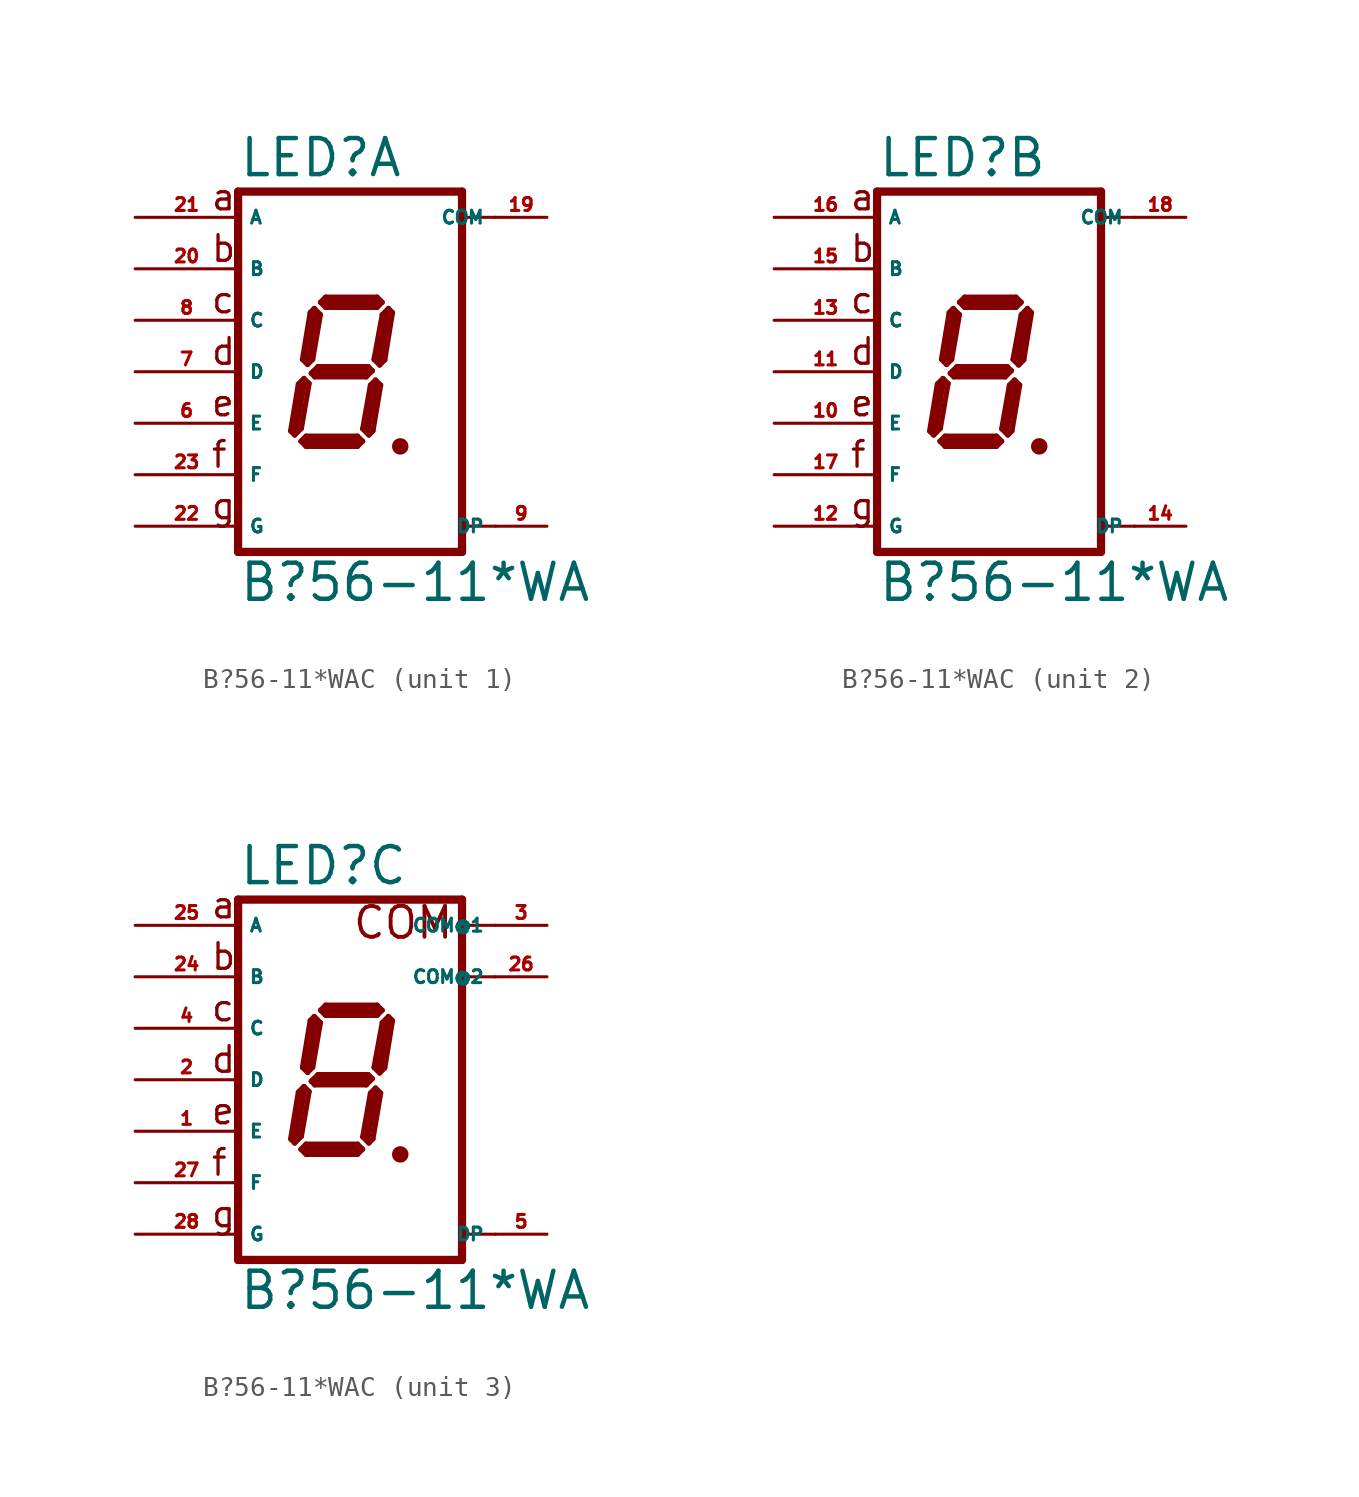
<source format=kicad_sym>
(kicad_symbol_lib
  (version 20220914)
  (generator Eagle2Kicad)
  (symbol "B?56-11*WAC"
    (property "Reference" "LED"
      (at -5.08 9.525 0)
      (effects (font (size 1.778 1.778) (thickness 0.22)) (justify left bottom)))
    (property "Value" "B?56-11*WA"
      (at -5.08 -11.43 0)
      (effects (font (size 1.778 1.778) (thickness 0.22)) (justify left bottom)))
    (symbol "B?56-11*WAC_1_0"
      (polyline (pts (xy 2.794 -3.683) (xy 3.048 -3.683)) (stroke (width 0.305) (type default)) (fill (type none)))
      (polyline (pts (xy 2.337 3.124) (xy 2.032 2.819)) (stroke (width 0.254) (type default)) (fill (type none)))
      (polyline (pts (xy 2.032 2.819) (xy 1.626 0.61)) (stroke (width 0.254) (type default)) (fill (type none)))
      (polyline (pts (xy 1.626 0.61) (xy 1.905 0.33)) (stroke (width 0.254) (type default)) (fill (type none)))
      (polyline (pts (xy 1.905 0.33) (xy 2.159 0.584)) (stroke (width 0.254) (type default)) (fill (type none)))
      (polyline (pts (xy 2.159 0.584) (xy 2.54 2.921)) (stroke (width 0.254) (type default)) (fill (type none)))
      (polyline (pts (xy 2.54 2.921) (xy 2.337 3.124)) (stroke (width 0.254) (type default)) (fill (type none)))
      (polyline (pts (xy 2.032 3.429) (xy 1.778 3.175)) (stroke (width 0.254) (type default)) (fill (type none)))
      (polyline (pts (xy 1.778 3.175) (xy -0.762 3.175)) (stroke (width 0.254) (type default)) (fill (type none)))
      (polyline (pts (xy -0.762 3.175) (xy -1.016 3.429)) (stroke (width 0.254) (type default)) (fill (type none)))
      (polyline (pts (xy -1.016 3.429) (xy -0.762 3.683)) (stroke (width 0.254) (type default)) (fill (type none)))
      (polyline (pts (xy -0.762 3.683) (xy 1.778 3.683)) (stroke (width 0.254) (type default)) (fill (type none)))
      (polyline (pts (xy 1.778 3.683) (xy 2.032 3.429)) (stroke (width 0.254) (type default)) (fill (type none)))
      (polyline (pts (xy -1.321 3.124) (xy -1.016 2.819)) (stroke (width 0.254) (type default)) (fill (type none)))
      (polyline (pts (xy -1.016 2.819) (xy -1.397 0.61)) (stroke (width 0.254) (type default)) (fill (type none)))
      (polyline (pts (xy -1.397 0.61) (xy -1.651 0.356)) (stroke (width 0.254) (type default)) (fill (type none)))
      (polyline (pts (xy -1.651 0.356) (xy -1.905 0.61)) (stroke (width 0.254) (type default)) (fill (type none)))
      (polyline (pts (xy -1.905 0.61) (xy -1.524 2.921)) (stroke (width 0.254) (type default)) (fill (type none)))
      (polyline (pts (xy -1.524 2.921) (xy -1.321 3.124)) (stroke (width 0.254) (type default)) (fill (type none)))
      (polyline (pts (xy -1.473 -0.076) (xy -1.143 0.254)) (stroke (width 0.254) (type default)) (fill (type none)))
      (polyline (pts (xy -1.143 0.254) (xy 1.346 0.254)) (stroke (width 0.254) (type default)) (fill (type none)))
      (polyline (pts (xy 1.346 0.254) (xy 1.549 0.051)) (stroke (width 0.254) (type default)) (fill (type none)))
      (polyline (pts (xy 1.549 0.051) (xy 1.245 -0.254)) (stroke (width 0.254) (type default)) (fill (type none)))
      (polyline (pts (xy 1.245 -0.254) (xy -1.295 -0.254)) (stroke (width 0.254) (type default)) (fill (type none)))
      (polyline (pts (xy -1.295 -0.254) (xy -1.473 -0.076)) (stroke (width 0.254) (type default)) (fill (type none)))
      (polyline (pts (xy -1.829 -0.33) (xy -1.575 -0.584)) (stroke (width 0.254) (type default)) (fill (type none)))
      (polyline (pts (xy -2.286 -3.124) (xy -1.956 -2.794)) (stroke (width 0.254) (type default)) (fill (type none)))
      (polyline (pts (xy -1.956 -2.794) (xy -1.575 -0.584)) (stroke (width 0.254) (type default)) (fill (type none)))
      (polyline (pts (xy -1.829 -0.33) (xy -2.108 -0.61)) (stroke (width 0.254) (type default)) (fill (type none)))
      (polyline (pts (xy -2.108 -0.61) (xy -2.489 -2.921)) (stroke (width 0.254) (type default)) (fill (type none)))
      (polyline (pts (xy -2.489 -2.921) (xy -2.286 -3.124)) (stroke (width 0.254) (type default)) (fill (type none)))
      (polyline (pts (xy -1.981 -3.429) (xy -1.727 -3.175)) (stroke (width 0.254) (type default)) (fill (type none)))
      (polyline (pts (xy -1.727 -3.175) (xy 0.813 -3.175)) (stroke (width 0.254) (type default)) (fill (type none)))
      (polyline (pts (xy 0.813 -3.175) (xy 1.067 -3.429)) (stroke (width 0.254) (type default)) (fill (type none)))
      (polyline (pts (xy 1.067 -3.429) (xy 0.813 -3.683)) (stroke (width 0.254) (type default)) (fill (type none)))
      (polyline (pts (xy 0.813 -3.683) (xy -1.727 -3.683)) (stroke (width 0.254) (type default)) (fill (type none)))
      (polyline (pts (xy -1.727 -3.683) (xy -1.981 -3.429)) (stroke (width 0.254) (type default)) (fill (type none)))
      (polyline (pts (xy 1.702 -0.406) (xy 1.448 -0.66)) (stroke (width 0.254) (type default)) (fill (type none)))
      (polyline (pts (xy 1.448 -0.66) (xy 1.067 -2.819)) (stroke (width 0.254) (type default)) (fill (type none)))
      (polyline (pts (xy 1.067 -2.819) (xy 1.372 -3.124)) (stroke (width 0.254) (type default)) (fill (type none)))
      (polyline (pts (xy 1.372 -3.124) (xy 1.575 -2.921)) (stroke (width 0.254) (type default)) (fill (type none)))
      (polyline (pts (xy 1.575 -2.921) (xy 1.956 -0.66)) (stroke (width 0.254) (type default)) (fill (type none)))
      (polyline (pts (xy 1.956 -0.66) (xy 1.702 -0.406)) (stroke (width 0.254) (type default)) (fill (type none)))
      (polyline (pts (xy 2.286 2.794) (xy 1.905 0.635)) (stroke (width 0.406) (type default)) (fill (type none)))
      (polyline (pts (xy 1.778 3.429) (xy -0.762 3.429)) (stroke (width 0.406) (type default)) (fill (type none)))
      (polyline (pts (xy -1.27 2.794) (xy -1.651 0.635)) (stroke (width 0.406) (type default)) (fill (type none)))
      (polyline (pts (xy -1.27 0) (xy 1.27 0)) (stroke (width 0.406) (type default)) (fill (type none)))
      (polyline (pts (xy 1.651 -0.762) (xy 1.27 -2.794)) (stroke (width 0.406) (type default)) (fill (type none)))
      (polyline (pts (xy 0.762 -3.429) (xy -1.651 -3.429)) (stroke (width 0.406) (type default)) (fill (type none)))
      (polyline (pts (xy -2.286 -2.921) (xy -1.905 -0.635)) (stroke (width 0.406) (type default)) (fill (type none)))
      (polyline (pts (xy 5.969 8.89) (xy 5.969 7.62)) (stroke (width 0.406) (type default)) (fill (type none)))
      (polyline (pts (xy 5.969 7.62) (xy 5.969 -7.62)) (stroke (width 0.406) (type default)) (fill (type none)))
      (polyline (pts (xy 5.969 -7.62) (xy 5.969 -8.89)) (stroke (width 0.406) (type default)) (fill (type none)))
      (polyline (pts (xy -5.08 -8.89) (xy 5.969 -8.89)) (stroke (width 0.406) (type default)) (fill (type none)))
      (polyline (pts (xy -5.08 -8.89) (xy -5.08 8.89)) (stroke (width 0.406) (type default)) (fill (type none)))
      (polyline (pts (xy 5.969 8.89) (xy -5.08 8.89)) (stroke (width 0.406) (type default)) (fill (type none)))
      (polyline (pts (xy 7.62 7.62) (xy 5.969 7.62)) (stroke (width 0.152) (type default)) (fill (type none)))
      (polyline (pts (xy 7.62 -7.62) (xy 5.969 -7.62)) (stroke (width 0.152) (type default)) (fill (type none)))
      (text "a" (at -6.477 7.874 0) (effects (font (size 1.27 1.27) (thickness 0.16)) (justify left bottom)))
      (text "b" (at -6.477 5.334 0) (effects (font (size 1.27 1.27) (thickness 0.16)) (justify left bottom)))
      (text "c" (at -6.477 2.794 0) (effects (font (size 1.27 1.27) (thickness 0.16)) (justify left bottom)))
      (text "d" (at -6.477 0.254 0) (effects (font (size 1.27 1.27) (thickness 0.16)) (justify left bottom)))
      (text "e" (at -6.477 -2.286 0) (effects (font (size 1.27 1.27) (thickness 0.16)) (justify left bottom)))
      (text "f" (at -6.477 -4.826 0) (effects (font (size 1.27 1.27) (thickness 0.16)) (justify left bottom)))
      (text "g" (at -6.477 -7.366 0) (effects (font (size 1.27 1.27) (thickness 0.16)) (justify left bottom)))
      (circle (center 2.921 -3.683) (radius 0.254) (stroke (width 0.305) (type default)) (fill (type none)))
      (pin passive line (at 10.16 -7.62 180) (length 2.54) (name "DP" (effects (font (size 0.635 0.635) (thickness 0.08)) (justify left bottom))) (number "9" (effects (font (size 0.635 0.635) (thickness 0.08)) (justify left bottom))))
      (pin passive line (at -10.16 -5.08 0) (length 5.08) (name "F" (effects (font (size 0.635 0.635) (thickness 0.08)) (justify left bottom))) (number "23" (effects (font (size 0.635 0.635) (thickness 0.08)) (justify left bottom))))
      (pin passive line (at -10.16 0 0) (length 5.08) (name "D" (effects (font (size 0.635 0.635) (thickness 0.08)) (justify left bottom))) (number "7" (effects (font (size 0.635 0.635) (thickness 0.08)) (justify left bottom))))
      (pin passive line (at -10.16 5.08 0) (length 5.08) (name "B" (effects (font (size 0.635 0.635) (thickness 0.08)) (justify left bottom))) (number "20" (effects (font (size 0.635 0.635) (thickness 0.08)) (justify left bottom))))
      (pin passive line (at -10.16 7.62 0) (length 5.08) (name "A" (effects (font (size 0.635 0.635) (thickness 0.08)) (justify left bottom))) (number "21" (effects (font (size 0.635 0.635) (thickness 0.08)) (justify left bottom))))
      (pin passive line (at 10.16 7.62 180) (length 2.54) (name "COM" (effects (font (size 0.635 0.635) (thickness 0.08)) (justify left bottom))) (number "19" (effects (font (size 0.635 0.635) (thickness 0.08)) (justify left bottom))))
      (pin passive line (at -10.16 2.54 0) (length 5.08) (name "C" (effects (font (size 0.635 0.635) (thickness 0.08)) (justify left bottom))) (number "8" (effects (font (size 0.635 0.635) (thickness 0.08)) (justify left bottom))))
      (pin passive line (at -10.16 -2.54 0) (length 5.08) (name "E" (effects (font (size 0.635 0.635) (thickness 0.08)) (justify left bottom))) (number "6" (effects (font (size 0.635 0.635) (thickness 0.08)) (justify left bottom))))
      (pin passive line (at -10.16 -7.62 0) (length 5.08) (name "G" (effects (font (size 0.635 0.635) (thickness 0.08)) (justify left bottom))) (number "22" (effects (font (size 0.635 0.635) (thickness 0.08)) (justify left bottom)))))
    (symbol "B?56-11*WAC_2_0"
      (polyline (pts (xy 2.794 -3.683) (xy 3.048 -3.683)) (stroke (width 0.305) (type default)) (fill (type none)))
      (polyline (pts (xy 2.337 3.124) (xy 2.032 2.819)) (stroke (width 0.254) (type default)) (fill (type none)))
      (polyline (pts (xy 2.032 2.819) (xy 1.626 0.61)) (stroke (width 0.254) (type default)) (fill (type none)))
      (polyline (pts (xy 1.626 0.61) (xy 1.905 0.33)) (stroke (width 0.254) (type default)) (fill (type none)))
      (polyline (pts (xy 1.905 0.33) (xy 2.159 0.584)) (stroke (width 0.254) (type default)) (fill (type none)))
      (polyline (pts (xy 2.159 0.584) (xy 2.54 2.921)) (stroke (width 0.254) (type default)) (fill (type none)))
      (polyline (pts (xy 2.54 2.921) (xy 2.337 3.124)) (stroke (width 0.254) (type default)) (fill (type none)))
      (polyline (pts (xy 2.032 3.429) (xy 1.778 3.175)) (stroke (width 0.254) (type default)) (fill (type none)))
      (polyline (pts (xy 1.778 3.175) (xy -0.762 3.175)) (stroke (width 0.254) (type default)) (fill (type none)))
      (polyline (pts (xy -0.762 3.175) (xy -1.016 3.429)) (stroke (width 0.254) (type default)) (fill (type none)))
      (polyline (pts (xy -1.016 3.429) (xy -0.762 3.683)) (stroke (width 0.254) (type default)) (fill (type none)))
      (polyline (pts (xy -0.762 3.683) (xy 1.778 3.683)) (stroke (width 0.254) (type default)) (fill (type none)))
      (polyline (pts (xy 1.778 3.683) (xy 2.032 3.429)) (stroke (width 0.254) (type default)) (fill (type none)))
      (polyline (pts (xy -1.321 3.124) (xy -1.016 2.819)) (stroke (width 0.254) (type default)) (fill (type none)))
      (polyline (pts (xy -1.016 2.819) (xy -1.397 0.61)) (stroke (width 0.254) (type default)) (fill (type none)))
      (polyline (pts (xy -1.397 0.61) (xy -1.651 0.356)) (stroke (width 0.254) (type default)) (fill (type none)))
      (polyline (pts (xy -1.651 0.356) (xy -1.905 0.61)) (stroke (width 0.254) (type default)) (fill (type none)))
      (polyline (pts (xy -1.905 0.61) (xy -1.524 2.921)) (stroke (width 0.254) (type default)) (fill (type none)))
      (polyline (pts (xy -1.524 2.921) (xy -1.321 3.124)) (stroke (width 0.254) (type default)) (fill (type none)))
      (polyline (pts (xy -1.473 -0.076) (xy -1.143 0.254)) (stroke (width 0.254) (type default)) (fill (type none)))
      (polyline (pts (xy -1.143 0.254) (xy 1.346 0.254)) (stroke (width 0.254) (type default)) (fill (type none)))
      (polyline (pts (xy 1.346 0.254) (xy 1.549 0.051)) (stroke (width 0.254) (type default)) (fill (type none)))
      (polyline (pts (xy 1.549 0.051) (xy 1.245 -0.254)) (stroke (width 0.254) (type default)) (fill (type none)))
      (polyline (pts (xy 1.245 -0.254) (xy -1.295 -0.254)) (stroke (width 0.254) (type default)) (fill (type none)))
      (polyline (pts (xy -1.295 -0.254) (xy -1.473 -0.076)) (stroke (width 0.254) (type default)) (fill (type none)))
      (polyline (pts (xy -1.829 -0.33) (xy -1.575 -0.584)) (stroke (width 0.254) (type default)) (fill (type none)))
      (polyline (pts (xy -2.286 -3.124) (xy -1.956 -2.794)) (stroke (width 0.254) (type default)) (fill (type none)))
      (polyline (pts (xy -1.956 -2.794) (xy -1.575 -0.584)) (stroke (width 0.254) (type default)) (fill (type none)))
      (polyline (pts (xy -1.829 -0.33) (xy -2.108 -0.61)) (stroke (width 0.254) (type default)) (fill (type none)))
      (polyline (pts (xy -2.108 -0.61) (xy -2.489 -2.921)) (stroke (width 0.254) (type default)) (fill (type none)))
      (polyline (pts (xy -2.489 -2.921) (xy -2.286 -3.124)) (stroke (width 0.254) (type default)) (fill (type none)))
      (polyline (pts (xy -1.981 -3.429) (xy -1.727 -3.175)) (stroke (width 0.254) (type default)) (fill (type none)))
      (polyline (pts (xy -1.727 -3.175) (xy 0.813 -3.175)) (stroke (width 0.254) (type default)) (fill (type none)))
      (polyline (pts (xy 0.813 -3.175) (xy 1.067 -3.429)) (stroke (width 0.254) (type default)) (fill (type none)))
      (polyline (pts (xy 1.067 -3.429) (xy 0.813 -3.683)) (stroke (width 0.254) (type default)) (fill (type none)))
      (polyline (pts (xy 0.813 -3.683) (xy -1.727 -3.683)) (stroke (width 0.254) (type default)) (fill (type none)))
      (polyline (pts (xy -1.727 -3.683) (xy -1.981 -3.429)) (stroke (width 0.254) (type default)) (fill (type none)))
      (polyline (pts (xy 1.702 -0.406) (xy 1.448 -0.66)) (stroke (width 0.254) (type default)) (fill (type none)))
      (polyline (pts (xy 1.448 -0.66) (xy 1.067 -2.819)) (stroke (width 0.254) (type default)) (fill (type none)))
      (polyline (pts (xy 1.067 -2.819) (xy 1.372 -3.124)) (stroke (width 0.254) (type default)) (fill (type none)))
      (polyline (pts (xy 1.372 -3.124) (xy 1.575 -2.921)) (stroke (width 0.254) (type default)) (fill (type none)))
      (polyline (pts (xy 1.575 -2.921) (xy 1.956 -0.66)) (stroke (width 0.254) (type default)) (fill (type none)))
      (polyline (pts (xy 1.956 -0.66) (xy 1.702 -0.406)) (stroke (width 0.254) (type default)) (fill (type none)))
      (polyline (pts (xy 2.286 2.794) (xy 1.905 0.635)) (stroke (width 0.406) (type default)) (fill (type none)))
      (polyline (pts (xy 1.778 3.429) (xy -0.762 3.429)) (stroke (width 0.406) (type default)) (fill (type none)))
      (polyline (pts (xy -1.27 2.794) (xy -1.651 0.635)) (stroke (width 0.406) (type default)) (fill (type none)))
      (polyline (pts (xy -1.27 0) (xy 1.27 0)) (stroke (width 0.406) (type default)) (fill (type none)))
      (polyline (pts (xy 1.651 -0.762) (xy 1.27 -2.794)) (stroke (width 0.406) (type default)) (fill (type none)))
      (polyline (pts (xy 0.762 -3.429) (xy -1.651 -3.429)) (stroke (width 0.406) (type default)) (fill (type none)))
      (polyline (pts (xy -2.286 -2.921) (xy -1.905 -0.635)) (stroke (width 0.406) (type default)) (fill (type none)))
      (polyline (pts (xy 5.969 8.89) (xy 5.969 7.62)) (stroke (width 0.406) (type default)) (fill (type none)))
      (polyline (pts (xy 5.969 7.62) (xy 5.969 -7.62)) (stroke (width 0.406) (type default)) (fill (type none)))
      (polyline (pts (xy 5.969 -7.62) (xy 5.969 -8.89)) (stroke (width 0.406) (type default)) (fill (type none)))
      (polyline (pts (xy -5.08 -8.89) (xy 5.969 -8.89)) (stroke (width 0.406) (type default)) (fill (type none)))
      (polyline (pts (xy -5.08 -8.89) (xy -5.08 8.89)) (stroke (width 0.406) (type default)) (fill (type none)))
      (polyline (pts (xy 5.969 8.89) (xy -5.08 8.89)) (stroke (width 0.406) (type default)) (fill (type none)))
      (polyline (pts (xy 7.62 7.62) (xy 5.969 7.62)) (stroke (width 0.152) (type default)) (fill (type none)))
      (polyline (pts (xy 7.62 -7.62) (xy 5.969 -7.62)) (stroke (width 0.152) (type default)) (fill (type none)))
      (text "a" (at -6.477 7.874 0) (effects (font (size 1.27 1.27) (thickness 0.16)) (justify left bottom)))
      (text "b" (at -6.477 5.334 0) (effects (font (size 1.27 1.27) (thickness 0.16)) (justify left bottom)))
      (text "c" (at -6.477 2.794 0) (effects (font (size 1.27 1.27) (thickness 0.16)) (justify left bottom)))
      (text "d" (at -6.477 0.254 0) (effects (font (size 1.27 1.27) (thickness 0.16)) (justify left bottom)))
      (text "e" (at -6.477 -2.286 0) (effects (font (size 1.27 1.27) (thickness 0.16)) (justify left bottom)))
      (text "f" (at -6.477 -4.826 0) (effects (font (size 1.27 1.27) (thickness 0.16)) (justify left bottom)))
      (text "g" (at -6.477 -7.366 0) (effects (font (size 1.27 1.27) (thickness 0.16)) (justify left bottom)))
      (circle (center 2.921 -3.683) (radius 0.254) (stroke (width 0.305) (type default)) (fill (type none)))
      (pin passive line (at 10.16 -7.62 180) (length 2.54) (name "DP" (effects (font (size 0.635 0.635) (thickness 0.08)) (justify left bottom))) (number "14" (effects (font (size 0.635 0.635) (thickness 0.08)) (justify left bottom))))
      (pin passive line (at -10.16 -5.08 0) (length 5.08) (name "F" (effects (font (size 0.635 0.635) (thickness 0.08)) (justify left bottom))) (number "17" (effects (font (size 0.635 0.635) (thickness 0.08)) (justify left bottom))))
      (pin passive line (at -10.16 0 0) (length 5.08) (name "D" (effects (font (size 0.635 0.635) (thickness 0.08)) (justify left bottom))) (number "11" (effects (font (size 0.635 0.635) (thickness 0.08)) (justify left bottom))))
      (pin passive line (at -10.16 5.08 0) (length 5.08) (name "B" (effects (font (size 0.635 0.635) (thickness 0.08)) (justify left bottom))) (number "15" (effects (font (size 0.635 0.635) (thickness 0.08)) (justify left bottom))))
      (pin passive line (at -10.16 7.62 0) (length 5.08) (name "A" (effects (font (size 0.635 0.635) (thickness 0.08)) (justify left bottom))) (number "16" (effects (font (size 0.635 0.635) (thickness 0.08)) (justify left bottom))))
      (pin passive line (at 10.16 7.62 180) (length 2.54) (name "COM" (effects (font (size 0.635 0.635) (thickness 0.08)) (justify left bottom))) (number "18" (effects (font (size 0.635 0.635) (thickness 0.08)) (justify left bottom))))
      (pin passive line (at -10.16 2.54 0) (length 5.08) (name "C" (effects (font (size 0.635 0.635) (thickness 0.08)) (justify left bottom))) (number "13" (effects (font (size 0.635 0.635) (thickness 0.08)) (justify left bottom))))
      (pin passive line (at -10.16 -2.54 0) (length 5.08) (name "E" (effects (font (size 0.635 0.635) (thickness 0.08)) (justify left bottom))) (number "10" (effects (font (size 0.635 0.635) (thickness 0.08)) (justify left bottom))))
      (pin passive line (at -10.16 -7.62 0) (length 5.08) (name "G" (effects (font (size 0.635 0.635) (thickness 0.08)) (justify left bottom))) (number "12" (effects (font (size 0.635 0.635) (thickness 0.08)) (justify left bottom)))))
    (symbol "B?56-11*WAC_3_0"
      (polyline (pts (xy 2.794 -3.683) (xy 3.048 -3.683)) (stroke (width 0.305) (type default)) (fill (type none)))
      (polyline (pts (xy 2.337 3.124) (xy 2.032 2.819)) (stroke (width 0.254) (type default)) (fill (type none)))
      (polyline (pts (xy 2.032 2.819) (xy 1.626 0.61)) (stroke (width 0.254) (type default)) (fill (type none)))
      (polyline (pts (xy 1.626 0.61) (xy 1.905 0.33)) (stroke (width 0.254) (type default)) (fill (type none)))
      (polyline (pts (xy 1.905 0.33) (xy 2.159 0.584)) (stroke (width 0.254) (type default)) (fill (type none)))
      (polyline (pts (xy 2.159 0.584) (xy 2.54 2.921)) (stroke (width 0.254) (type default)) (fill (type none)))
      (polyline (pts (xy 2.54 2.921) (xy 2.337 3.124)) (stroke (width 0.254) (type default)) (fill (type none)))
      (polyline (pts (xy 2.032 3.429) (xy 1.778 3.175)) (stroke (width 0.254) (type default)) (fill (type none)))
      (polyline (pts (xy 1.778 3.175) (xy -0.762 3.175)) (stroke (width 0.254) (type default)) (fill (type none)))
      (polyline (pts (xy -0.762 3.175) (xy -1.016 3.429)) (stroke (width 0.254) (type default)) (fill (type none)))
      (polyline (pts (xy -1.016 3.429) (xy -0.762 3.683)) (stroke (width 0.254) (type default)) (fill (type none)))
      (polyline (pts (xy -0.762 3.683) (xy 1.778 3.683)) (stroke (width 0.254) (type default)) (fill (type none)))
      (polyline (pts (xy 1.778 3.683) (xy 2.032 3.429)) (stroke (width 0.254) (type default)) (fill (type none)))
      (polyline (pts (xy -1.321 3.124) (xy -1.016 2.819)) (stroke (width 0.254) (type default)) (fill (type none)))
      (polyline (pts (xy -1.016 2.819) (xy -1.397 0.61)) (stroke (width 0.254) (type default)) (fill (type none)))
      (polyline (pts (xy -1.397 0.61) (xy -1.651 0.356)) (stroke (width 0.254) (type default)) (fill (type none)))
      (polyline (pts (xy -1.651 0.356) (xy -1.905 0.61)) (stroke (width 0.254) (type default)) (fill (type none)))
      (polyline (pts (xy -1.905 0.61) (xy -1.524 2.921)) (stroke (width 0.254) (type default)) (fill (type none)))
      (polyline (pts (xy -1.524 2.921) (xy -1.321 3.124)) (stroke (width 0.254) (type default)) (fill (type none)))
      (polyline (pts (xy -1.473 -0.076) (xy -1.143 0.254)) (stroke (width 0.254) (type default)) (fill (type none)))
      (polyline (pts (xy -1.143 0.254) (xy 1.346 0.254)) (stroke (width 0.254) (type default)) (fill (type none)))
      (polyline (pts (xy 1.346 0.254) (xy 1.549 0.051)) (stroke (width 0.254) (type default)) (fill (type none)))
      (polyline (pts (xy 1.549 0.051) (xy 1.245 -0.254)) (stroke (width 0.254) (type default)) (fill (type none)))
      (polyline (pts (xy 1.245 -0.254) (xy -1.295 -0.254)) (stroke (width 0.254) (type default)) (fill (type none)))
      (polyline (pts (xy -1.295 -0.254) (xy -1.473 -0.076)) (stroke (width 0.254) (type default)) (fill (type none)))
      (polyline (pts (xy -1.829 -0.33) (xy -1.575 -0.584)) (stroke (width 0.254) (type default)) (fill (type none)))
      (polyline (pts (xy -2.286 -3.124) (xy -1.956 -2.794)) (stroke (width 0.254) (type default)) (fill (type none)))
      (polyline (pts (xy -1.956 -2.794) (xy -1.575 -0.584)) (stroke (width 0.254) (type default)) (fill (type none)))
      (polyline (pts (xy -1.829 -0.33) (xy -2.108 -0.61)) (stroke (width 0.254) (type default)) (fill (type none)))
      (polyline (pts (xy -2.108 -0.61) (xy -2.489 -2.921)) (stroke (width 0.254) (type default)) (fill (type none)))
      (polyline (pts (xy -2.489 -2.921) (xy -2.286 -3.124)) (stroke (width 0.254) (type default)) (fill (type none)))
      (polyline (pts (xy -1.981 -3.429) (xy -1.727 -3.175)) (stroke (width 0.254) (type default)) (fill (type none)))
      (polyline (pts (xy -1.727 -3.175) (xy 0.813 -3.175)) (stroke (width 0.254) (type default)) (fill (type none)))
      (polyline (pts (xy 0.813 -3.175) (xy 1.067 -3.429)) (stroke (width 0.254) (type default)) (fill (type none)))
      (polyline (pts (xy 1.067 -3.429) (xy 0.813 -3.683)) (stroke (width 0.254) (type default)) (fill (type none)))
      (polyline (pts (xy 0.813 -3.683) (xy -1.727 -3.683)) (stroke (width 0.254) (type default)) (fill (type none)))
      (polyline (pts (xy -1.727 -3.683) (xy -1.981 -3.429)) (stroke (width 0.254) (type default)) (fill (type none)))
      (polyline (pts (xy 1.702 -0.406) (xy 1.448 -0.66)) (stroke (width 0.254) (type default)) (fill (type none)))
      (polyline (pts (xy 1.448 -0.66) (xy 1.067 -2.819)) (stroke (width 0.254) (type default)) (fill (type none)))
      (polyline (pts (xy 1.067 -2.819) (xy 1.372 -3.124)) (stroke (width 0.254) (type default)) (fill (type none)))
      (polyline (pts (xy 1.372 -3.124) (xy 1.575 -2.921)) (stroke (width 0.254) (type default)) (fill (type none)))
      (polyline (pts (xy 1.575 -2.921) (xy 1.956 -0.66)) (stroke (width 0.254) (type default)) (fill (type none)))
      (polyline (pts (xy 1.956 -0.66) (xy 1.702 -0.406)) (stroke (width 0.254) (type default)) (fill (type none)))
      (polyline (pts (xy 2.286 2.794) (xy 1.905 0.635)) (stroke (width 0.406) (type default)) (fill (type none)))
      (polyline (pts (xy 1.778 3.429) (xy -0.762 3.429)) (stroke (width 0.406) (type default)) (fill (type none)))
      (polyline (pts (xy -1.27 2.794) (xy -1.651 0.635)) (stroke (width 0.406) (type default)) (fill (type none)))
      (polyline (pts (xy -1.27 0) (xy 1.27 0)) (stroke (width 0.406) (type default)) (fill (type none)))
      (polyline (pts (xy 1.651 -0.762) (xy 1.27 -2.794)) (stroke (width 0.406) (type default)) (fill (type none)))
      (polyline (pts (xy 0.762 -3.429) (xy -1.651 -3.429)) (stroke (width 0.406) (type default)) (fill (type none)))
      (polyline (pts (xy -2.286 -2.921) (xy -1.905 -0.635)) (stroke (width 0.406) (type default)) (fill (type none)))
      (polyline (pts (xy 5.969 8.89) (xy 5.969 7.62)) (stroke (width 0.406) (type default)) (fill (type none)))
      (polyline (pts (xy 5.969 7.62) (xy 5.969 5.08)) (stroke (width 0.406) (type default)) (fill (type none)))
      (polyline (pts (xy 5.969 5.08) (xy 5.969 -7.62)) (stroke (width 0.406) (type default)) (fill (type none)))
      (polyline (pts (xy 5.969 -7.62) (xy 5.969 -8.89)) (stroke (width 0.406) (type default)) (fill (type none)))
      (polyline (pts (xy -5.08 -8.89) (xy 5.969 -8.89)) (stroke (width 0.406) (type default)) (fill (type none)))
      (polyline (pts (xy -5.08 -8.89) (xy -5.08 8.89)) (stroke (width 0.406) (type default)) (fill (type none)))
      (polyline (pts (xy 5.969 8.89) (xy -5.08 8.89)) (stroke (width 0.406) (type default)) (fill (type none)))
      (polyline (pts (xy 7.62 7.62) (xy 5.969 7.62)) (stroke (width 0.152) (type default)) (fill (type none)))
      (polyline (pts (xy 7.62 5.08) (xy 5.969 5.08)) (stroke (width 0.152) (type default)) (fill (type none)))
      (polyline (pts (xy 7.62 -7.62) (xy 5.969 -7.62)) (stroke (width 0.152) (type default)) (fill (type none)))
      (text "a" (at -6.477 7.874 0) (effects (font (size 1.27 1.27) (thickness 0.16)) (justify left bottom)))
      (text "b" (at -6.477 5.334 0) (effects (font (size 1.27 1.27) (thickness 0.16)) (justify left bottom)))
      (text "c" (at -6.477 2.794 0) (effects (font (size 1.27 1.27) (thickness 0.16)) (justify left bottom)))
      (text "d" (at -6.477 0.254 0) (effects (font (size 1.27 1.27) (thickness 0.16)) (justify left bottom)))
      (text "e" (at -6.477 -2.286 0) (effects (font (size 1.27 1.27) (thickness 0.16)) (justify left bottom)))
      (text "f" (at -6.477 -4.826 0) (effects (font (size 1.27 1.27) (thickness 0.16)) (justify left bottom)))
      (text "g" (at -6.477 -7.366 0) (effects (font (size 1.27 1.27) (thickness 0.16)) (justify left bottom)))
      (text "COM" (at 0.508 6.858 0) (effects (font (size 1.524 1.524) (thickness 0.19)) (justify left bottom)))
      (circle (center 2.921 -3.683) (radius 0.254) (stroke (width 0.305) (type default)) (fill (type none)))
      (pin passive line (at 10.16 -7.62 180) (length 2.54) (name "DP" (effects (font (size 0.635 0.635) (thickness 0.08)) (justify left bottom))) (number "5" (effects (font (size 0.635 0.635) (thickness 0.08)) (justify left bottom))))
      (pin passive line (at -10.16 -5.08 0) (length 5.08) (name "F" (effects (font (size 0.635 0.635) (thickness 0.08)) (justify left bottom))) (number "27" (effects (font (size 0.635 0.635) (thickness 0.08)) (justify left bottom))))
      (pin passive line (at -10.16 0 0) (length 5.08) (name "D" (effects (font (size 0.635 0.635) (thickness 0.08)) (justify left bottom))) (number "2" (effects (font (size 0.635 0.635) (thickness 0.08)) (justify left bottom))))
      (pin passive line (at -10.16 5.08 0) (length 5.08) (name "B" (effects (font (size 0.635 0.635) (thickness 0.08)) (justify left bottom))) (number "24" (effects (font (size 0.635 0.635) (thickness 0.08)) (justify left bottom))))
      (pin passive line (at -10.16 7.62 0) (length 5.08) (name "A" (effects (font (size 0.635 0.635) (thickness 0.08)) (justify left bottom))) (number "25" (effects (font (size 0.635 0.635) (thickness 0.08)) (justify left bottom))))
      (pin passive line (at 10.16 7.62 180) (length 2.54) (name "COM@1" (effects (font (size 0.635 0.635) (thickness 0.08)) (justify left bottom))) (number "3" (effects (font (size 0.635 0.635) (thickness 0.08)) (justify left bottom))))
      (pin passive line (at -10.16 2.54 0) (length 5.08) (name "C" (effects (font (size 0.635 0.635) (thickness 0.08)) (justify left bottom))) (number "4" (effects (font (size 0.635 0.635) (thickness 0.08)) (justify left bottom))))
      (pin passive line (at -10.16 -2.54 0) (length 5.08) (name "E" (effects (font (size 0.635 0.635) (thickness 0.08)) (justify left bottom))) (number "1" (effects (font (size 0.635 0.635) (thickness 0.08)) (justify left bottom))))
      (pin passive line (at -10.16 -7.62 0) (length 5.08) (name "G" (effects (font (size 0.635 0.635) (thickness 0.08)) (justify left bottom))) (number "28" (effects (font (size 0.635 0.635) (thickness 0.08)) (justify left bottom))))
      (pin passive line (at 10.16 5.08 180) (length 2.54) (name "COM@2" (effects (font (size 0.635 0.635) (thickness 0.08)) (justify left bottom))) (number "26" (effects (font (size 0.635 0.635) (thickness 0.08)) (justify left bottom)))))))
</source>
